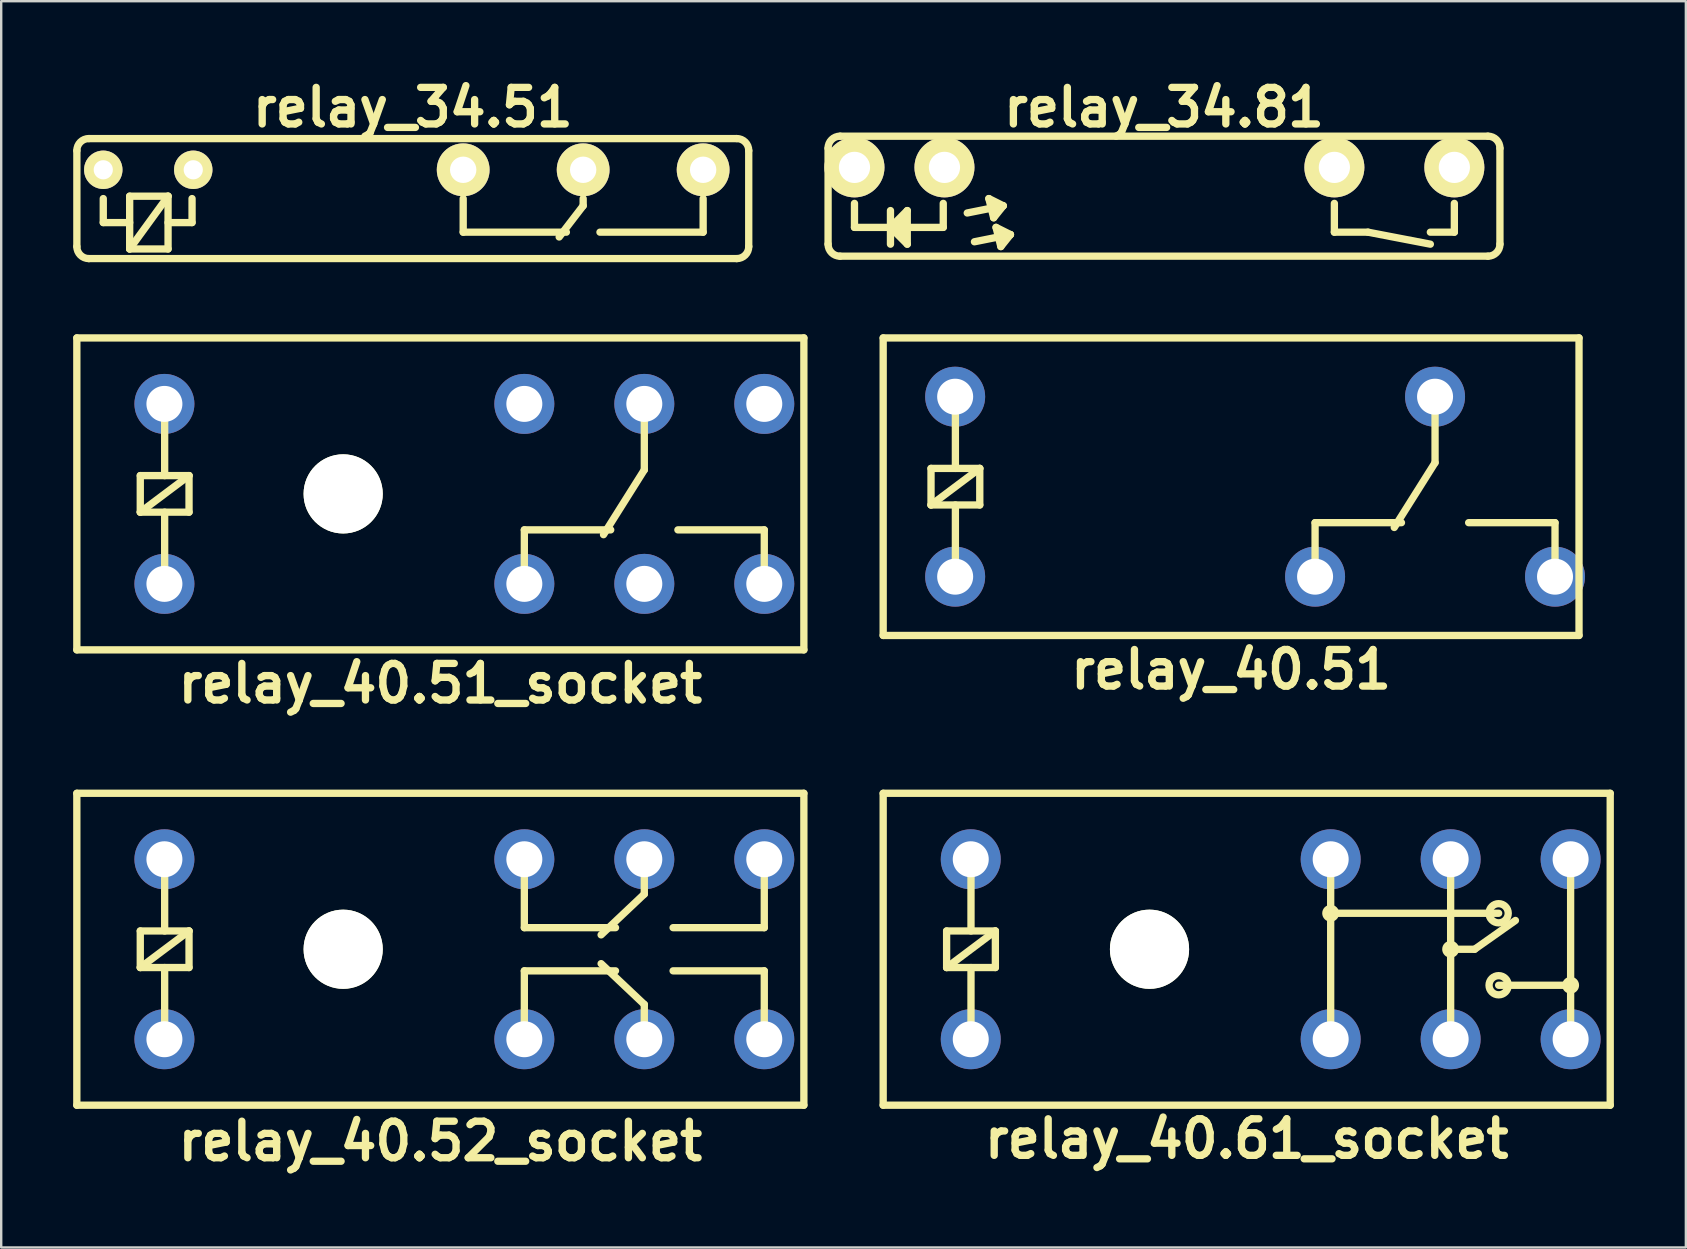
<source format=kicad_pcb>
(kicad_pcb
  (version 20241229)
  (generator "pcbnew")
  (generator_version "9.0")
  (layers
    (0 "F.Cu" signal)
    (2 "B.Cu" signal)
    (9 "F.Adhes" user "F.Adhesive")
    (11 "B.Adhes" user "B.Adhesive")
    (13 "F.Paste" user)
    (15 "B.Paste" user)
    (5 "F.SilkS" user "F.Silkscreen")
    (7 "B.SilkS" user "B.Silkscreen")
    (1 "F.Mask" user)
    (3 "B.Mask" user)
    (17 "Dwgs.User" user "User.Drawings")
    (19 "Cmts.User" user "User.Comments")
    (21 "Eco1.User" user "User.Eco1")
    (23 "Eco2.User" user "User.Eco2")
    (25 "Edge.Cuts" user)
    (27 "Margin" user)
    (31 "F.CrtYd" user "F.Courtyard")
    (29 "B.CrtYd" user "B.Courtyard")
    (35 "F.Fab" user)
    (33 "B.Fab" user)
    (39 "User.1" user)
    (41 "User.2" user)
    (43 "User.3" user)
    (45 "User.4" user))
  (footprint "relay_40.51"
    (layer "F.Cu")
    (at 48.257 17.233)
    (property "Reference" "relay_40.51" (at 0 7.62 0) (layer "F.SilkS") (effects (font (size 1.524 1.524) (thickness 0.305))))
    (attr through_hole)
    (fp_line (start -14.5 -6.2) (end -14.5 6.2) (stroke (width 0.305) (type solid)) (layer "F.SilkS"))
    (fp_line (start -14.5 -6.2) (end 14.5 -6.2) (stroke (width 0.305) (type solid)) (layer "F.SilkS"))
    (fp_line (start -14.5 6.2) (end 14.5 6.2) (stroke (width 0.305) (type solid)) (layer "F.SilkS"))
    (fp_line (start -12.506 -0.762) (end -10.474 -0.762) (stroke (width 0.305) (type solid)) (layer "F.SilkS"))
    (fp_line (start -12.506 0.762) (end -12.506 -0.762) (stroke (width 0.305) (type solid)) (layer "F.SilkS"))
    (fp_line (start -12.506 0.762) (end -10.474 -0.762) (stroke (width 0.305) (type solid)) (layer "F.SilkS"))
    (fp_line (start -11.49 -3.81) (end -11.49 -0.762) (stroke (width 0.305) (type solid)) (layer "F.SilkS"))
    (fp_line (start -11.49 3.81) (end -11.49 0.762) (stroke (width 0.305) (type solid)) (layer "F.SilkS"))
    (fp_line (start -10.474 -0.762) (end -10.474 0.762) (stroke (width 0.305) (type solid)) (layer "F.SilkS"))
    (fp_line (start -10.474 0.762) (end -12.506 0.762) (stroke (width 0.305) (type solid)) (layer "F.SilkS"))
    (fp_line (start 3.5 1.5) (end 7.1 1.5) (stroke (width 0.305) (type solid)) (layer "F.SilkS"))
    (fp_line (start 3.5 3.7) (end 3.5 1.5) (stroke (width 0.305) (type solid)) (layer "F.SilkS"))
    (fp_line (start 8.5 -1) (end 6.8 1.7) (stroke (width 0.305) (type solid)) (layer "F.SilkS"))
    (fp_line (start 8.5 -1) (end 8.5 -3.8) (stroke (width 0.305) (type solid)) (layer "F.SilkS"))
    (fp_line (start 13.5 1.5) (end 9.9 1.5) (stroke (width 0.305) (type solid)) (layer "F.SilkS"))
    (fp_line (start 13.5 3.7) (end 13.5 1.5) (stroke (width 0.305) (type solid)) (layer "F.SilkS"))
    (fp_line (start 14.5 -6.2) (end 14.5 6.2) (stroke (width 0.305) (type solid)) (layer "F.SilkS"))
    (pad "1" thru_hole circle (at -11.5 3.75) (size 2.5 2.5) (drill 1.5) (layers "*.Cu" "*.Mask"))
    (pad "2" thru_hole circle (at -11.5 -3.75) (size 2.5 2.5) (drill 1.5) (layers "*.Cu" "*.Mask"))
    (pad "11" thru_hole circle (at 8.5 -3.75) (size 2.5 2.5) (drill 1.5) (layers "*.Cu" "*.Mask"))
    (pad "12" thru_hole circle (at 3.5 3.75) (size 2.5 2.5) (drill 1.5) (layers "*.Cu" "*.Mask"))
    (pad "14" thru_hole circle (at 13.5 3.75) (size 2.5 2.5) (drill 1.5) (layers "*.Cu" "*.Mask")))
  (footprint "relay_40.61_socket"
    (layer "F.Cu")
    (at 48.907 36.511)
    (property "Reference" "relay_40.61_socket" (at 0 7.9 0) (layer "F.SilkS") (effects (font (size 1.524 1.524) (thickness 0.305))))
    (attr through_hole)
    (fp_line (start -15.15 -6.5) (end -15.15 6.5) (stroke (width 0.305) (type solid)) (layer "F.SilkS"))
    (fp_line (start -15.15 -6.5) (end 15.15 -6.5) (stroke (width 0.305) (type solid)) (layer "F.SilkS"))
    (fp_line (start -15.15 6.5) (end 15.15 6.5) (stroke (width 0.305) (type solid)) (layer "F.SilkS"))
    (fp_line (start -12.506 -0.762) (end -10.474 -0.762) (stroke (width 0.305) (type solid)) (layer "F.SilkS"))
    (fp_line (start -12.506 0.762) (end -12.506 -0.762) (stroke (width 0.305) (type solid)) (layer "F.SilkS"))
    (fp_line (start -12.506 0.762) (end -10.474 -0.762) (stroke (width 0.305) (type solid)) (layer "F.SilkS"))
    (fp_line (start -11.49 -3.81) (end -11.49 -0.762) (stroke (width 0.305) (type solid)) (layer "F.SilkS"))
    (fp_line (start -11.49 3.81) (end -11.49 0.762) (stroke (width 0.305) (type solid)) (layer "F.SilkS"))
    (fp_line (start -10.474 -0.762) (end -10.474 0.762) (stroke (width 0.305) (type solid)) (layer "F.SilkS"))
    (fp_line (start -10.474 0.762) (end -12.506 0.762) (stroke (width 0.305) (type solid)) (layer "F.SilkS"))
    (fp_line (start 3.5 -3.7) (end 3.5 3.7) (stroke (width 0.305) (type solid)) (layer "F.SilkS"))
    (fp_line (start 3.5 -1.5) (end 10.5 -1.5) (stroke (width 0.305) (type solid)) (layer "F.SilkS"))
    (fp_line (start 8.5 -3.7) (end 8.5 -1.4) (stroke (width 0.305) (type solid)) (layer "F.SilkS"))
    (fp_line (start 8.5 0) (end 9.5 0) (stroke (width 0.305) (type solid)) (layer "F.SilkS"))
    (fp_line (start 8.5 3.7) (end 8.5 -1.4) (stroke (width 0.305) (type solid)) (layer "F.SilkS"))
    (fp_line (start 9.5 0) (end 11.2 -1.2) (stroke (width 0.305) (type solid)) (layer "F.SilkS"))
    (fp_line (start 10.5 1.5) (end 13.5 1.5) (stroke (width 0.305) (type solid)) (layer "F.SilkS"))
    (fp_line (start 13.5 -3.7) (end 13.5 3.7) (stroke (width 0.305) (type solid)) (layer "F.SilkS"))
    (fp_line (start 15.15 -6.5) (end 15.15 6.5) (stroke (width 0.305) (type solid)) (layer "F.SilkS"))
    (fp_circle (center 3.5 -1.5) (end 3.3 -1.5) (stroke (width 0.305) (type solid)) (fill no) (layer "F.SilkS"))
    (fp_circle (center 8.5 0) (end 8.7 0) (stroke (width 0.305) (type solid)) (fill no) (layer "F.SilkS"))
    (fp_circle (center 10.5 -1.5) (end 10.1 -1.5) (stroke (width 0.305) (type solid)) (fill no) (layer "F.SilkS"))
    (fp_circle (center 10.5 1.5) (end 10.1 1.5) (stroke (width 0.305) (type solid)) (fill no) (layer "F.SilkS"))
    (fp_circle (center 13.5 1.5) (end 13.7 1.5) (stroke (width 0.305) (type solid)) (fill no) (layer "F.SilkS"))
    (pad "" np_thru_hole circle (at -4.05 0) (size 3.3 3.3) (drill 3.3) (layers "*.Cu" "F.SilkS"))
    (pad "1" thru_hole circle (at -11.5 3.75) (size 2.5 2.5) (drill 1.5) (layers "*.Cu" "*.Mask"))
    (pad "2" thru_hole circle (at -11.5 -3.75) (size 2.5 2.5) (drill 1.5) (layers "*.Cu" "*.Mask"))
    (pad "11" thru_hole circle (at 8.5 3.75) (size 2.5 2.5) (drill 1.5) (layers "*.Cu" "*.Mask"))
    (pad "12" thru_hole circle (at 3.5 3.75) (size 2.5 2.5) (drill 1.5) (layers "*.Cu" "*.Mask"))
    (pad "14" thru_hole circle (at 13.5 3.75) (size 2.5 2.5) (drill 1.5) (layers "*.Cu" "*.Mask"))
    (pad "21" thru_hole circle (at 8.5 -3.75) (size 2.5 2.5) (drill 1.5) (layers "*.Cu" "*.Mask"))
    (pad "22" thru_hole circle (at 3.5 -3.75) (size 2.5 2.5) (drill 1.5) (layers "*.Cu" "*.Mask"))
    (pad "24" thru_hole circle (at 13.5 -3.75) (size 2.5 2.5) (drill 1.5) (layers "*.Cu" "*.Mask")))
  (footprint "relay_34.81"
    (layer "F.Cu")
    (at 45.461 5.126)
    (property "Reference" "relay_34.81" (at 0 -3.7 0) (layer "F.SilkS") (effects (font (size 1.524 1.524) (thickness 0.305))))
    (attr through_hole)
    (fp_line (start -14 -2) (end -14 2) (stroke (width 0.305) (type solid)) (layer "F.SilkS"))
    (fp_line (start -13.5 -2.5) (end 13.5 -2.5) (stroke (width 0.305) (type solid)) (layer "F.SilkS"))
    (fp_line (start -13.5 2.5) (end 13.5 2.5) (stroke (width 0.305) (type solid)) (layer "F.SilkS"))
    (fp_line (start -12.9 1.3) (end -12.9 0.3) (stroke (width 0.305) (type solid)) (layer "F.SilkS"))
    (fp_line (start -11.4 0.6) (end -11.4 2) (stroke (width 0.305) (type solid)) (layer "F.SilkS"))
    (fp_line (start -11.4 1.3) (end -10.7 2) (stroke (width 0.305) (type solid)) (layer "F.SilkS"))
    (fp_line (start -11.1 1.3) (end -10.8 1.6) (stroke (width 0.305) (type solid)) (layer "F.SilkS"))
    (fp_line (start -10.8 0.9) (end -11.1 1.3) (stroke (width 0.305) (type solid)) (layer "F.SilkS"))
    (fp_line (start -10.7 0.6) (end -11.4 1.3) (stroke (width 0.305) (type solid)) (layer "F.SilkS"))
    (fp_line (start -10.7 2) (end -10.7 0.6) (stroke (width 0.305) (type solid)) (layer "F.SilkS"))
    (fp_line (start -9.2 0.3) (end -9.2 1.3) (stroke (width 0.305) (type solid)) (layer "F.SilkS"))
    (fp_line (start -9.2 1.3) (end -12.9 1.3) (stroke (width 0.305) (type solid)) (layer "F.SilkS"))
    (fp_line (start -8.2 0.7) (end -6.7 0.4) (stroke (width 0.305) (type solid)) (layer "F.SilkS"))
    (fp_line (start -7.9 1.9) (end -6.4 1.6) (stroke (width 0.305) (type solid)) (layer "F.SilkS"))
    (fp_line (start -7.3 0.1) (end -7.1 0.9) (stroke (width 0.305) (type solid)) (layer "F.SilkS"))
    (fp_line (start -7.1 0.9) (end -6.7 0.4) (stroke (width 0.305) (type solid)) (layer "F.SilkS"))
    (fp_line (start -7 1.3) (end -6.8 2.1) (stroke (width 0.305) (type solid)) (layer "F.SilkS"))
    (fp_line (start -6.8 2.1) (end -6.4 1.6) (stroke (width 0.305) (type solid)) (layer "F.SilkS"))
    (fp_line (start -6.7 0.4) (end -7.3 0.1) (stroke (width 0.305) (type solid)) (layer "F.SilkS"))
    (fp_line (start -6.4 1.6) (end -7 1.3) (stroke (width 0.305) (type solid)) (layer "F.SilkS"))
    (fp_line (start 7.1 0.3) (end 7.1 1.5) (stroke (width 0.305) (type solid)) (layer "F.SilkS"))
    (fp_line (start 7.1 1.5) (end 8.5 1.5) (stroke (width 0.305) (type solid)) (layer "F.SilkS"))
    (fp_line (start 8.5 1.5) (end 11.1 2) (stroke (width 0.305) (type solid)) (layer "F.SilkS"))
    (fp_line (start 11.1 1.5) (end 12.1 1.5) (stroke (width 0.305) (type solid)) (layer "F.SilkS"))
    (fp_line (start 12.1 0.3) (end 12.1 1.5) (stroke (width 0.305) (type solid)) (layer "F.SilkS"))
    (fp_line (start 14 -2) (end 14 2) (stroke (width 0.305) (type solid)) (layer "F.SilkS"))
    (fp_arc (start -14.0011 -2.00088) (mid -13.854542 -2.354702) (end -13.50072 -2.50126) (stroke (width 0.3048) (type solid)) (layer "F.SilkS"))
    (fp_arc (start -13.50072 2.50126) (mid -13.854542 2.354702) (end -14.0011 2.00088) (stroke (width 0.3048) (type solid)) (layer "F.SilkS"))
    (fp_arc (start 13.50072 -2.50126) (mid 13.854542 -2.354702) (end 14.0011 -2.00088) (stroke (width 0.3048) (type solid)) (layer "F.SilkS"))
    (fp_arc (start 14.0011 2.00088) (mid 13.854542 2.354702) (end 13.50072 2.50126) (stroke (width 0.3048) (type solid)) (layer "F.SilkS"))
    (pad "1" thru_hole circle (at -12.9 -1.2) (size 2.5 2.5) (drill 1.3) (layers "*.Cu" "*.Mask" "F.SilkS"))
    (pad "2" thru_hole circle (at -9.15 -1.2) (size 2.5 2.5) (drill 1.3) (layers "*.Cu" "*.Mask" "F.SilkS"))
    (pad "11" thru_hole circle (at 7.1 -1.2) (size 2.5 2.5) (drill 1.3) (layers "*.Cu" "*.Mask" "F.SilkS"))
    (pad "14" thru_hole circle (at 12.1 -1.2) (size 2.5 2.5) (drill 1.3) (layers "*.Cu" "*.Mask" "F.SilkS")))
  (footprint "relay_40.51_socket"
    (layer "F.Cu")
    (at 15.302 17.533)
    (property "Reference" "relay_40.51_socket" (at 0 7.9 0) (layer "F.SilkS") (effects (font (size 1.524 1.524) (thickness 0.305))))
    (attr through_hole)
    (fp_line (start -15.15 -6.5) (end -15.15 6.5) (stroke (width 0.305) (type solid)) (layer "F.SilkS"))
    (fp_line (start -15.15 -6.5) (end 15.15 -6.5) (stroke (width 0.305) (type solid)) (layer "F.SilkS"))
    (fp_line (start -15.15 6.5) (end 15.15 6.5) (stroke (width 0.305) (type solid)) (layer "F.SilkS"))
    (fp_line (start -12.506 -0.762) (end -10.474 -0.762) (stroke (width 0.305) (type solid)) (layer "F.SilkS"))
    (fp_line (start -12.506 0.762) (end -12.506 -0.762) (stroke (width 0.305) (type solid)) (layer "F.SilkS"))
    (fp_line (start -12.506 0.762) (end -10.474 -0.762) (stroke (width 0.305) (type solid)) (layer "F.SilkS"))
    (fp_line (start -11.49 -3.81) (end -11.49 -0.762) (stroke (width 0.305) (type solid)) (layer "F.SilkS"))
    (fp_line (start -11.49 3.81) (end -11.49 0.762) (stroke (width 0.305) (type solid)) (layer "F.SilkS"))
    (fp_line (start -10.474 -0.762) (end -10.474 0.762) (stroke (width 0.305) (type solid)) (layer "F.SilkS"))
    (fp_line (start -10.474 0.762) (end -12.506 0.762) (stroke (width 0.305) (type solid)) (layer "F.SilkS"))
    (fp_line (start 3.5 1.5) (end 7.1 1.5) (stroke (width 0.305) (type solid)) (layer "F.SilkS"))
    (fp_line (start 3.5 3.7) (end 3.5 1.5) (stroke (width 0.305) (type solid)) (layer "F.SilkS"))
    (fp_line (start 8.5 -1) (end 6.8 1.7) (stroke (width 0.305) (type solid)) (layer "F.SilkS"))
    (fp_line (start 8.5 -1) (end 8.5 -3.8) (stroke (width 0.305) (type solid)) (layer "F.SilkS"))
    (fp_line (start 13.5 1.5) (end 9.9 1.5) (stroke (width 0.305) (type solid)) (layer "F.SilkS"))
    (fp_line (start 13.5 3.7) (end 13.5 1.5) (stroke (width 0.305) (type solid)) (layer "F.SilkS"))
    (fp_line (start 15.15 -6.5) (end 15.15 6.5) (stroke (width 0.305) (type solid)) (layer "F.SilkS"))
    (pad "" np_thru_hole circle (at -4.05 0) (size 3.3 3.3) (drill 3.3) (layers "*.Cu" "F.SilkS"))
    (pad "" thru_hole circle (at 3.5 -3.75) (size 2.5 2.5) (drill 1.5) (layers "*.Cu" "*.Mask"))
    (pad "" thru_hole circle (at 8.5 3.75) (size 2.5 2.5) (drill 1.5) (layers "*.Cu" "*.Mask"))
    (pad "" thru_hole circle (at 13.5 -3.75) (size 2.5 2.5) (drill 1.5) (layers "*.Cu" "*.Mask"))
    (pad "1" thru_hole circle (at -11.5 3.75) (size 2.5 2.5) (drill 1.5) (layers "*.Cu" "*.Mask"))
    (pad "2" thru_hole circle (at -11.5 -3.75) (size 2.5 2.5) (drill 1.5) (layers "*.Cu" "*.Mask"))
    (pad "11" thru_hole circle (at 8.5 -3.75) (size 2.5 2.5) (drill 1.5) (layers "*.Cu" "*.Mask"))
    (pad "12" thru_hole circle (at 3.5 3.75) (size 2.5 2.5) (drill 1.5) (layers "*.Cu" "*.Mask"))
    (pad "14" thru_hole circle (at 13.5 3.75) (size 2.5 2.5) (drill 1.5) (layers "*.Cu" "*.Mask")))
  (footprint "relay_34.51"
    (layer "F.Cu")
    (at 14.154 5.226)
    (property "Reference" "relay_34.51" (at 0 -3.8 0) (layer "F.SilkS") (effects (font (size 1.524 1.524) (thickness 0.305))))
    (attr through_hole)
    (fp_line (start -14 -2) (end -14 2) (stroke (width 0.305) (type solid)) (layer "F.SilkS"))
    (fp_line (start -13.5 -2.5) (end 13.5 -2.5) (stroke (width 0.305) (type solid)) (layer "F.SilkS"))
    (fp_line (start -13.5 2.5) (end 13.5 2.5) (stroke (width 0.305) (type solid)) (layer "F.SilkS"))
    (fp_line (start -12.9 0) (end -12.9 1) (stroke (width 0.305) (type solid)) (layer "F.SilkS"))
    (fp_line (start -11.8 -0.1) (end -11.8 2.1) (stroke (width 0.305) (type solid)) (layer "F.SilkS"))
    (fp_line (start -11.8 1) (end -12.9 1) (stroke (width 0.305) (type solid)) (layer "F.SilkS"))
    (fp_line (start -11.8 2.1) (end -10.2 -0.1) (stroke (width 0.305) (type solid)) (layer "F.SilkS"))
    (fp_line (start -11.8 2.1) (end -10.2 2.1) (stroke (width 0.305) (type solid)) (layer "F.SilkS"))
    (fp_line (start -10.2 -0.1) (end -11.8 -0.1) (stroke (width 0.305) (type solid)) (layer "F.SilkS"))
    (fp_line (start -10.2 1) (end -9.2 1) (stroke (width 0.305) (type solid)) (layer "F.SilkS"))
    (fp_line (start -10.2 2.1) (end -10.2 -0.1) (stroke (width 0.305) (type solid)) (layer "F.SilkS"))
    (fp_line (start -9.2 0) (end -9.2 1) (stroke (width 0.305) (type solid)) (layer "F.SilkS"))
    (fp_line (start 2.1 0) (end 2.1 1.4) (stroke (width 0.305) (type solid)) (layer "F.SilkS"))
    (fp_line (start 2.1 1.4) (end 6.4 1.4) (stroke (width 0.305) (type solid)) (layer "F.SilkS"))
    (fp_line (start 7.1 0) (end 7.1 0.3) (stroke (width 0.305) (type solid)) (layer "F.SilkS"))
    (fp_line (start 7.1 0.3) (end 6.1 1.6) (stroke (width 0.305) (type solid)) (layer "F.SilkS"))
    (fp_line (start 7.8 1.4) (end 12.1 1.4) (stroke (width 0.305) (type solid)) (layer "F.SilkS"))
    (fp_line (start 12.1 0) (end 12.1 1.4) (stroke (width 0.305) (type solid)) (layer "F.SilkS"))
    (fp_line (start 14 -2) (end 14 2) (stroke (width 0.305) (type solid)) (layer "F.SilkS"))
    (fp_arc (start -14.0011 -2.00088) (mid -13.854542 -2.354702) (end -13.50072 -2.50126) (stroke (width 0.3048) (type solid)) (layer "F.SilkS"))
    (fp_arc (start -13.50088 2.5011) (mid -13.854702 2.354542) (end -14.00126 2.00072) (stroke (width 0.3048) (type solid)) (layer "F.SilkS"))
    (fp_arc (start 13.50072 -2.50126) (mid 13.854542 -2.354702) (end 14.0011 -2.00088) (stroke (width 0.3048) (type solid)) (layer "F.SilkS"))
    (fp_arc (start 14.0011 2.00088) (mid 13.854542 2.354702) (end 13.50072 2.50126) (stroke (width 0.3048) (type solid)) (layer "F.SilkS"))
    (pad "1" thru_hole circle (at -12.9 -1.2) (size 1.6 1.6) (drill 0.8) (layers "*.Cu" "*.Mask" "F.SilkS"))
    (pad "2" thru_hole circle (at -9.15 -1.2) (size 1.6 1.6) (drill 0.8) (layers "*.Cu" "*.Mask" "F.SilkS"))
    (pad "11" thru_hole circle (at 7.1 -1.2) (size 2.2 2.2) (drill 1.1) (layers "*.Cu" "*.Mask" "F.SilkS"))
    (pad "12" thru_hole circle (at 2.1 -1.2) (size 2.2 2.2) (drill 1.1) (layers "*.Cu" "*.Mask" "F.SilkS"))
    (pad "14" thru_hole circle (at 12.1 -1.2) (size 2.2 2.2) (drill 1.1) (layers "*.Cu" "*.Mask" "F.SilkS")))
  (footprint "relay_40.52_socket"
    (layer "F.Cu")
    (at 15.302 36.511)
    (property "Reference" "relay_40.52_socket" (at 0 8 0) (layer "F.SilkS") (effects (font (size 1.524 1.524) (thickness 0.305))))
    (attr through_hole)
    (fp_line (start -15.15 -6.5) (end -15.15 6.5) (stroke (width 0.305) (type solid)) (layer "F.SilkS"))
    (fp_line (start -15.15 -6.5) (end 15.15 -6.5) (stroke (width 0.305) (type solid)) (layer "F.SilkS"))
    (fp_line (start -15.15 6.5) (end 15.15 6.5) (stroke (width 0.305) (type solid)) (layer "F.SilkS"))
    (fp_line (start -12.506 -0.762) (end -10.474 -0.762) (stroke (width 0.305) (type solid)) (layer "F.SilkS"))
    (fp_line (start -12.506 0.762) (end -12.506 -0.762) (stroke (width 0.305) (type solid)) (layer "F.SilkS"))
    (fp_line (start -12.506 0.762) (end -10.474 -0.762) (stroke (width 0.305) (type solid)) (layer "F.SilkS"))
    (fp_line (start -11.49 -3.81) (end -11.49 -0.762) (stroke (width 0.305) (type solid)) (layer "F.SilkS"))
    (fp_line (start -11.49 3.81) (end -11.49 0.762) (stroke (width 0.305) (type solid)) (layer "F.SilkS"))
    (fp_line (start -10.474 -0.762) (end -10.474 0.762) (stroke (width 0.305) (type solid)) (layer "F.SilkS"))
    (fp_line (start -10.474 0.762) (end -12.506 0.762) (stroke (width 0.305) (type solid)) (layer "F.SilkS"))
    (fp_line (start 3.5 -3.7) (end 3.5 -0.9) (stroke (width 0.305) (type solid)) (layer "F.SilkS"))
    (fp_line (start 3.5 -0.9) (end 7.3 -0.9) (stroke (width 0.305) (type solid)) (layer "F.SilkS"))
    (fp_line (start 3.5 0.9) (end 7.3 0.9) (stroke (width 0.305) (type solid)) (layer "F.SilkS"))
    (fp_line (start 3.5 3.7) (end 3.5 0.9) (stroke (width 0.305) (type solid)) (layer "F.SilkS"))
    (fp_line (start 8.5 -3.7) (end 8.5 -2.3) (stroke (width 0.305) (type solid)) (layer "F.SilkS"))
    (fp_line (start 8.5 -2.3) (end 6.7 -0.6) (stroke (width 0.305) (type solid)) (layer "F.SilkS"))
    (fp_line (start 8.5 2.3) (end 6.7 0.6) (stroke (width 0.305) (type solid)) (layer "F.SilkS"))
    (fp_line (start 8.5 3.7) (end 8.5 2.3) (stroke (width 0.305) (type solid)) (layer "F.SilkS"))
    (fp_line (start 9.7 -0.9) (end 13.5 -0.9) (stroke (width 0.305) (type solid)) (layer "F.SilkS"))
    (fp_line (start 9.7 0.9) (end 13.5 0.9) (stroke (width 0.305) (type solid)) (layer "F.SilkS"))
    (fp_line (start 13.5 -3.7) (end 13.5 -0.9) (stroke (width 0.305) (type solid)) (layer "F.SilkS"))
    (fp_line (start 13.5 3.7) (end 13.5 0.9) (stroke (width 0.305) (type solid)) (layer "F.SilkS"))
    (fp_line (start 15.15 -6.5) (end 15.15 6.5) (stroke (width 0.305) (type solid)) (layer "F.SilkS"))
    (pad "" np_thru_hole circle (at -4.05 0) (size 3.3 3.3) (drill 3.3) (layers "*.Cu" "F.SilkS"))
    (pad "1" thru_hole circle (at -11.5 3.75) (size 2.5 2.5) (drill 1.5) (layers "*.Cu" "*.Mask"))
    (pad "2" thru_hole circle (at -11.5 -3.75) (size 2.5 2.5) (drill 1.5) (layers "*.Cu" "*.Mask"))
    (pad "11" thru_hole circle (at 8.5 3.75) (size 2.5 2.5) (drill 1.5) (layers "*.Cu" "*.Mask"))
    (pad "12" thru_hole circle (at 3.5 3.75) (size 2.5 2.5) (drill 1.5) (layers "*.Cu" "*.Mask"))
    (pad "14" thru_hole circle (at 13.5 3.75) (size 2.5 2.5) (drill 1.5) (layers "*.Cu" "*.Mask"))
    (pad "21" thru_hole circle (at 8.5 -3.75) (size 2.5 2.5) (drill 1.5) (layers "*.Cu" "*.Mask"))
    (pad "22" thru_hole circle (at 3.5 -3.75) (size 2.5 2.5) (drill 1.5) (layers "*.Cu" "*.Mask"))
    (pad "24" thru_hole circle (at 13.5 -3.75) (size 2.5 2.5) (drill 1.5) (layers "*.Cu" "*.Mask")))
  (gr_rect
    (start -3 -3)
    (end 67.21 48.938)
    (stroke (width 0.1) (type default))
    (fill no)
    (layer "Edge.Cuts")))
</source>
